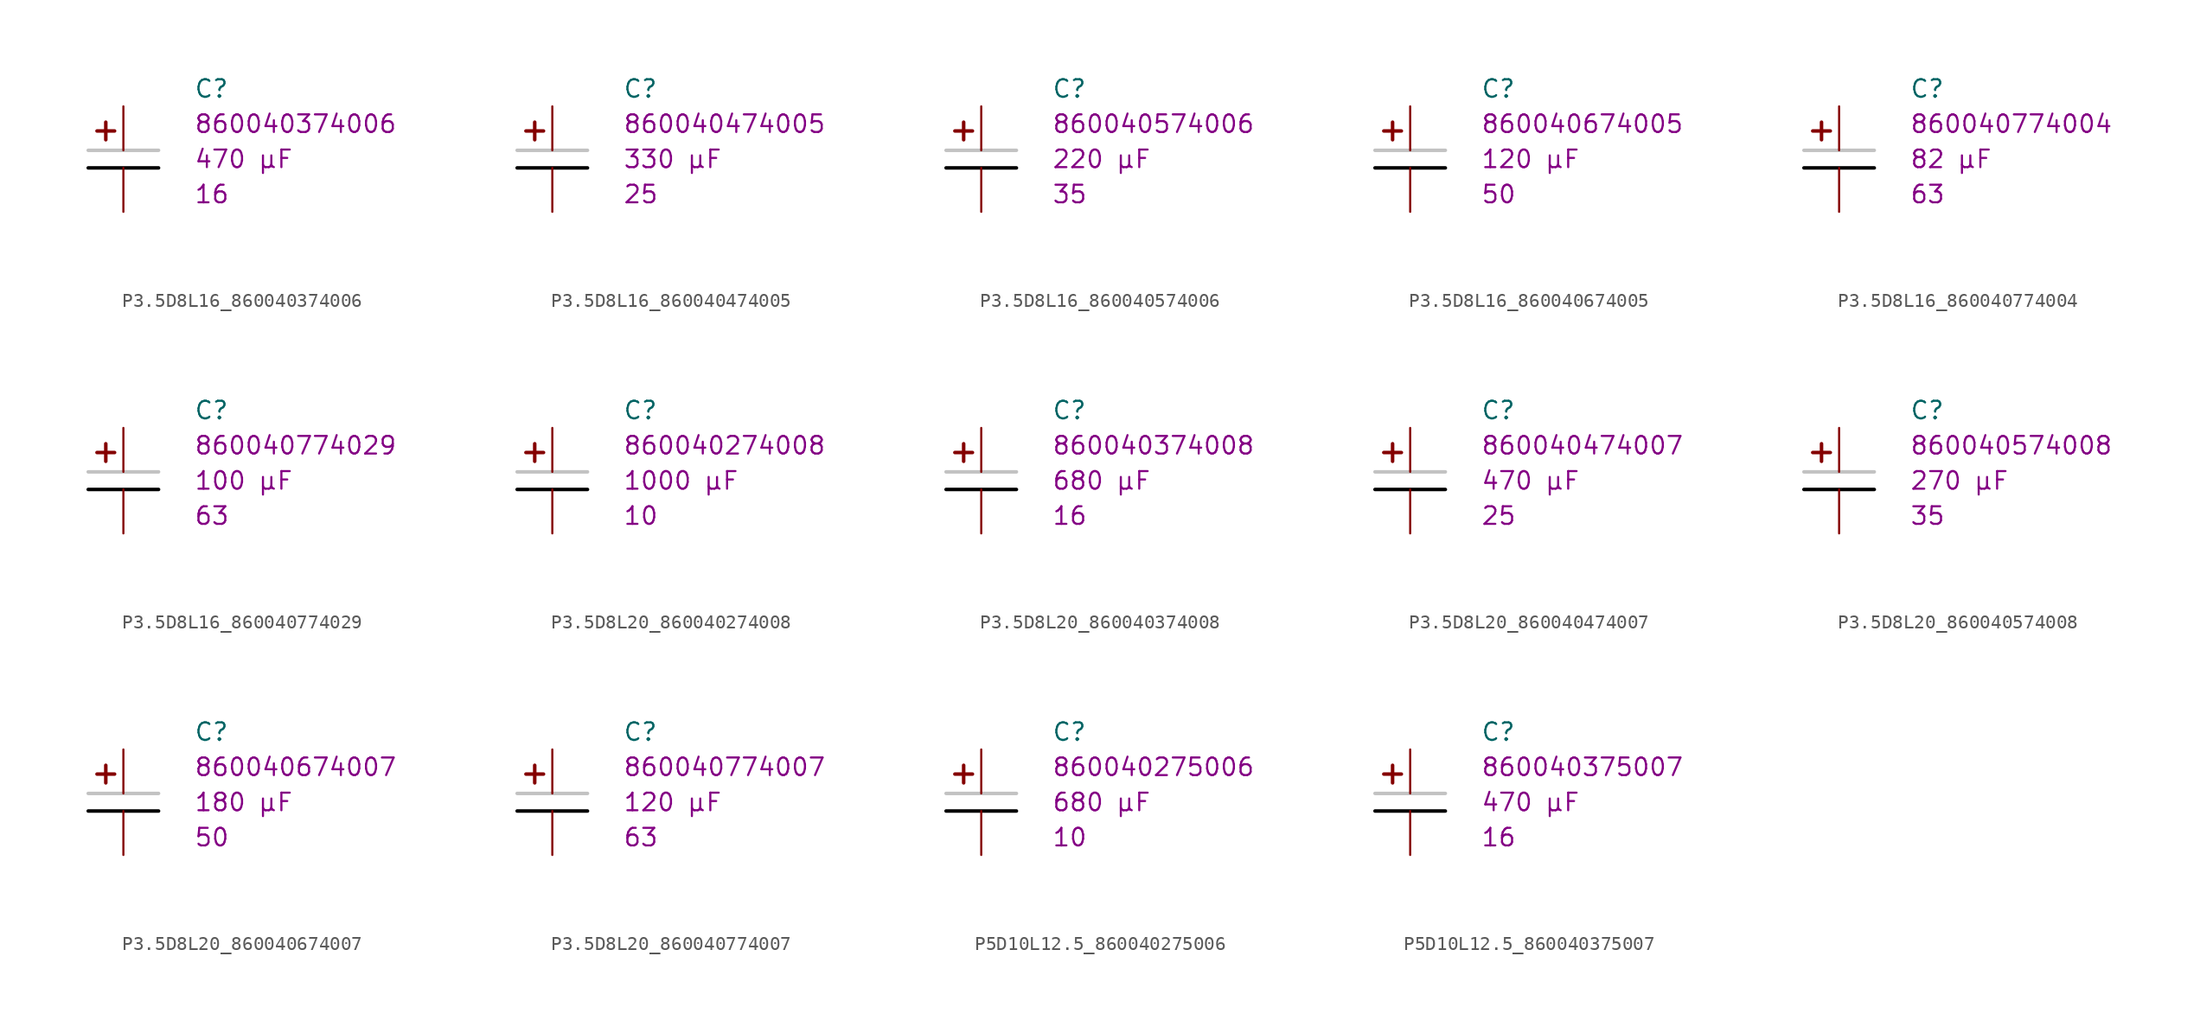
<source format=kicad_sym>
(kicad_symbol_lib
  (version 20220914)
  (generator kicad_symbol_editor)
  (symbol "P3.5D8L16_860040374006"
    (pin_numbers hide)
    (pin_names hide)
    (property "Reference" "C"
      (at 5.08 5.08 0)
      (effects (font (size 1.27 1.27)) (justify left)))
    (property "Part Number" "860040374006"
      (at 5.08 2.54 0)
      (effects (font (size 1.27 1.27)) (justify left)))
    (property "Capacitance" "470 µF"
      (at 5.08 0 0)
      (effects (font (size 1.27 1.27)) (justify left)))
    (property "Voltage" "16"
      (at 5.08 -2.54 0)
      (effects (font (size 1.27 1.27)) (justify left)))
    (property "Critical Parameter" ""
      (at 0 -7.62 0)
      (effects (font (size 1.27 1.27)) (justify left)))
    (symbol "P3.5D8L16_860040374006_1_1"
      (polyline (pts (xy -1.27 2.667) (xy -1.27 1.397)) (stroke (width 0.254) (type default)) (fill (type none)))
      (polyline (pts (xy -0.635 2.032) (xy -1.905 2.032)) (stroke (width 0.254) (type default)) (fill (type none)))
      (polyline (pts (xy 2.54 -0.635) (xy -2.54 -0.635)) (stroke (width 0.254) (type default) (color 0 0 0 1)) (fill (type none)))
      (polyline (pts (xy 2.54 0.635) (xy -2.54 0.635)) (stroke (width 0.254) (type default) (color 194 194 194 1)) (fill (type none)))
      (pin passive line (at 0 3.81 270) (length 3.175) (name "1" (effects (font (size 1.27 1.27)))) (number "1" (effects (font (size 1.27 1.27)))))
      (pin passive line (at 0 -3.81 90) (length 3.175) (name "2" (effects (font (size 1.27 1.27)))) (number "2" (effects (font (size 1.27 1.27)))))))
  (symbol "P3.5D8L16_860040474005"
    (pin_numbers hide)
    (pin_names hide)
    (property "Reference" "C"
      (at 5.08 5.08 0)
      (effects (font (size 1.27 1.27)) (justify left)))
    (property "Part Number" "860040474005"
      (at 5.08 2.54 0)
      (effects (font (size 1.27 1.27)) (justify left)))
    (property "Capacitance" "330 µF"
      (at 5.08 0 0)
      (effects (font (size 1.27 1.27)) (justify left)))
    (property "Voltage" "25"
      (at 5.08 -2.54 0)
      (effects (font (size 1.27 1.27)) (justify left)))
    (property "Critical Parameter" ""
      (at 0 -7.62 0)
      (effects (font (size 1.27 1.27)) (justify left)))
    (symbol "P3.5D8L16_860040474005_1_1"
      (polyline (pts (xy -1.27 2.667) (xy -1.27 1.397)) (stroke (width 0.254) (type default)) (fill (type none)))
      (polyline (pts (xy -0.635 2.032) (xy -1.905 2.032)) (stroke (width 0.254) (type default)) (fill (type none)))
      (polyline (pts (xy 2.54 -0.635) (xy -2.54 -0.635)) (stroke (width 0.254) (type default) (color 0 0 0 1)) (fill (type none)))
      (polyline (pts (xy 2.54 0.635) (xy -2.54 0.635)) (stroke (width 0.254) (type default) (color 194 194 194 1)) (fill (type none)))
      (pin passive line (at 0 3.81 270) (length 3.175) (name "1" (effects (font (size 1.27 1.27)))) (number "1" (effects (font (size 1.27 1.27)))))
      (pin passive line (at 0 -3.81 90) (length 3.175) (name "2" (effects (font (size 1.27 1.27)))) (number "2" (effects (font (size 1.27 1.27)))))))
  (symbol "P3.5D8L16_860040574006"
    (pin_numbers hide)
    (pin_names hide)
    (property "Reference" "C"
      (at 5.08 5.08 0)
      (effects (font (size 1.27 1.27)) (justify left)))
    (property "Part Number" "860040574006"
      (at 5.08 2.54 0)
      (effects (font (size 1.27 1.27)) (justify left)))
    (property "Capacitance" "220 µF"
      (at 5.08 0 0)
      (effects (font (size 1.27 1.27)) (justify left)))
    (property "Voltage" "35"
      (at 5.08 -2.54 0)
      (effects (font (size 1.27 1.27)) (justify left)))
    (property "Critical Parameter" ""
      (at 0 -7.62 0)
      (effects (font (size 1.27 1.27)) (justify left)))
    (symbol "P3.5D8L16_860040574006_1_1"
      (polyline (pts (xy -1.27 2.667) (xy -1.27 1.397)) (stroke (width 0.254) (type default)) (fill (type none)))
      (polyline (pts (xy -0.635 2.032) (xy -1.905 2.032)) (stroke (width 0.254) (type default)) (fill (type none)))
      (polyline (pts (xy 2.54 -0.635) (xy -2.54 -0.635)) (stroke (width 0.254) (type default) (color 0 0 0 1)) (fill (type none)))
      (polyline (pts (xy 2.54 0.635) (xy -2.54 0.635)) (stroke (width 0.254) (type default) (color 194 194 194 1)) (fill (type none)))
      (pin passive line (at 0 3.81 270) (length 3.175) (name "1" (effects (font (size 1.27 1.27)))) (number "1" (effects (font (size 1.27 1.27)))))
      (pin passive line (at 0 -3.81 90) (length 3.175) (name "2" (effects (font (size 1.27 1.27)))) (number "2" (effects (font (size 1.27 1.27)))))))
  (symbol "P3.5D8L16_860040674005"
    (pin_numbers hide)
    (pin_names hide)
    (property "Reference" "C"
      (at 5.08 5.08 0)
      (effects (font (size 1.27 1.27)) (justify left)))
    (property "Part Number" "860040674005"
      (at 5.08 2.54 0)
      (effects (font (size 1.27 1.27)) (justify left)))
    (property "Capacitance" "120 µF"
      (at 5.08 0 0)
      (effects (font (size 1.27 1.27)) (justify left)))
    (property "Voltage" "50"
      (at 5.08 -2.54 0)
      (effects (font (size 1.27 1.27)) (justify left)))
    (property "Critical Parameter" ""
      (at 0 -7.62 0)
      (effects (font (size 1.27 1.27)) (justify left)))
    (symbol "P3.5D8L16_860040674005_1_1"
      (polyline (pts (xy -1.27 2.667) (xy -1.27 1.397)) (stroke (width 0.254) (type default)) (fill (type none)))
      (polyline (pts (xy -0.635 2.032) (xy -1.905 2.032)) (stroke (width 0.254) (type default)) (fill (type none)))
      (polyline (pts (xy 2.54 -0.635) (xy -2.54 -0.635)) (stroke (width 0.254) (type default) (color 0 0 0 1)) (fill (type none)))
      (polyline (pts (xy 2.54 0.635) (xy -2.54 0.635)) (stroke (width 0.254) (type default) (color 194 194 194 1)) (fill (type none)))
      (pin passive line (at 0 3.81 270) (length 3.175) (name "1" (effects (font (size 1.27 1.27)))) (number "1" (effects (font (size 1.27 1.27)))))
      (pin passive line (at 0 -3.81 90) (length 3.175) (name "2" (effects (font (size 1.27 1.27)))) (number "2" (effects (font (size 1.27 1.27)))))))
  (symbol "P3.5D8L16_860040774004"
    (pin_numbers hide)
    (pin_names hide)
    (property "Reference" "C"
      (at 5.08 5.08 0)
      (effects (font (size 1.27 1.27)) (justify left)))
    (property "Part Number" "860040774004"
      (at 5.08 2.54 0)
      (effects (font (size 1.27 1.27)) (justify left)))
    (property "Capacitance" "82 µF"
      (at 5.08 0 0)
      (effects (font (size 1.27 1.27)) (justify left)))
    (property "Voltage" "63"
      (at 5.08 -2.54 0)
      (effects (font (size 1.27 1.27)) (justify left)))
    (property "Critical Parameter" ""
      (at 0 -7.62 0)
      (effects (font (size 1.27 1.27)) (justify left)))
    (symbol "P3.5D8L16_860040774004_1_1"
      (polyline (pts (xy -1.27 2.667) (xy -1.27 1.397)) (stroke (width 0.254) (type default)) (fill (type none)))
      (polyline (pts (xy -0.635 2.032) (xy -1.905 2.032)) (stroke (width 0.254) (type default)) (fill (type none)))
      (polyline (pts (xy 2.54 -0.635) (xy -2.54 -0.635)) (stroke (width 0.254) (type default) (color 0 0 0 1)) (fill (type none)))
      (polyline (pts (xy 2.54 0.635) (xy -2.54 0.635)) (stroke (width 0.254) (type default) (color 194 194 194 1)) (fill (type none)))
      (pin passive line (at 0 3.81 270) (length 3.175) (name "1" (effects (font (size 1.27 1.27)))) (number "1" (effects (font (size 1.27 1.27)))))
      (pin passive line (at 0 -3.81 90) (length 3.175) (name "2" (effects (font (size 1.27 1.27)))) (number "2" (effects (font (size 1.27 1.27)))))))
  (symbol "P3.5D8L16_860040774029"
    (pin_numbers hide)
    (pin_names hide)
    (property "Reference" "C"
      (at 5.08 5.08 0)
      (effects (font (size 1.27 1.27)) (justify left)))
    (property "Part Number" "860040774029"
      (at 5.08 2.54 0)
      (effects (font (size 1.27 1.27)) (justify left)))
    (property "Capacitance" "100 µF"
      (at 5.08 0 0)
      (effects (font (size 1.27 1.27)) (justify left)))
    (property "Voltage" "63"
      (at 5.08 -2.54 0)
      (effects (font (size 1.27 1.27)) (justify left)))
    (property "Critical Parameter" ""
      (at 0 -7.62 0)
      (effects (font (size 1.27 1.27)) (justify left)))
    (symbol "P3.5D8L16_860040774029_1_1"
      (polyline (pts (xy -1.27 2.667) (xy -1.27 1.397)) (stroke (width 0.254) (type default)) (fill (type none)))
      (polyline (pts (xy -0.635 2.032) (xy -1.905 2.032)) (stroke (width 0.254) (type default)) (fill (type none)))
      (polyline (pts (xy 2.54 -0.635) (xy -2.54 -0.635)) (stroke (width 0.254) (type default) (color 0 0 0 1)) (fill (type none)))
      (polyline (pts (xy 2.54 0.635) (xy -2.54 0.635)) (stroke (width 0.254) (type default) (color 194 194 194 1)) (fill (type none)))
      (pin passive line (at 0 3.81 270) (length 3.175) (name "1" (effects (font (size 1.27 1.27)))) (number "1" (effects (font (size 1.27 1.27)))))
      (pin passive line (at 0 -3.81 90) (length 3.175) (name "2" (effects (font (size 1.27 1.27)))) (number "2" (effects (font (size 1.27 1.27)))))))
  (symbol "P3.5D8L20_860040274008"
    (pin_numbers hide)
    (pin_names hide)
    (property "Reference" "C"
      (at 5.08 5.08 0)
      (effects (font (size 1.27 1.27)) (justify left)))
    (property "Part Number" "860040274008"
      (at 5.08 2.54 0)
      (effects (font (size 1.27 1.27)) (justify left)))
    (property "Capacitance" "1000 µF"
      (at 5.08 0 0)
      (effects (font (size 1.27 1.27)) (justify left)))
    (property "Voltage" "10"
      (at 5.08 -2.54 0)
      (effects (font (size 1.27 1.27)) (justify left)))
    (property "Critical Parameter" ""
      (at 0 -7.62 0)
      (effects (font (size 1.27 1.27)) (justify left)))
    (symbol "P3.5D8L20_860040274008_1_1"
      (polyline (pts (xy -1.27 2.667) (xy -1.27 1.397)) (stroke (width 0.254) (type default)) (fill (type none)))
      (polyline (pts (xy -0.635 2.032) (xy -1.905 2.032)) (stroke (width 0.254) (type default)) (fill (type none)))
      (polyline (pts (xy 2.54 -0.635) (xy -2.54 -0.635)) (stroke (width 0.254) (type default) (color 0 0 0 1)) (fill (type none)))
      (polyline (pts (xy 2.54 0.635) (xy -2.54 0.635)) (stroke (width 0.254) (type default) (color 194 194 194 1)) (fill (type none)))
      (pin passive line (at 0 3.81 270) (length 3.175) (name "1" (effects (font (size 1.27 1.27)))) (number "1" (effects (font (size 1.27 1.27)))))
      (pin passive line (at 0 -3.81 90) (length 3.175) (name "2" (effects (font (size 1.27 1.27)))) (number "2" (effects (font (size 1.27 1.27)))))))
  (symbol "P3.5D8L20_860040374008"
    (pin_numbers hide)
    (pin_names hide)
    (property "Reference" "C"
      (at 5.08 5.08 0)
      (effects (font (size 1.27 1.27)) (justify left)))
    (property "Part Number" "860040374008"
      (at 5.08 2.54 0)
      (effects (font (size 1.27 1.27)) (justify left)))
    (property "Capacitance" "680 µF"
      (at 5.08 0 0)
      (effects (font (size 1.27 1.27)) (justify left)))
    (property "Voltage" "16"
      (at 5.08 -2.54 0)
      (effects (font (size 1.27 1.27)) (justify left)))
    (property "Critical Parameter" ""
      (at 0 -7.62 0)
      (effects (font (size 1.27 1.27)) (justify left)))
    (symbol "P3.5D8L20_860040374008_1_1"
      (polyline (pts (xy -1.27 2.667) (xy -1.27 1.397)) (stroke (width 0.254) (type default)) (fill (type none)))
      (polyline (pts (xy -0.635 2.032) (xy -1.905 2.032)) (stroke (width 0.254) (type default)) (fill (type none)))
      (polyline (pts (xy 2.54 -0.635) (xy -2.54 -0.635)) (stroke (width 0.254) (type default) (color 0 0 0 1)) (fill (type none)))
      (polyline (pts (xy 2.54 0.635) (xy -2.54 0.635)) (stroke (width 0.254) (type default) (color 194 194 194 1)) (fill (type none)))
      (pin passive line (at 0 3.81 270) (length 3.175) (name "1" (effects (font (size 1.27 1.27)))) (number "1" (effects (font (size 1.27 1.27)))))
      (pin passive line (at 0 -3.81 90) (length 3.175) (name "2" (effects (font (size 1.27 1.27)))) (number "2" (effects (font (size 1.27 1.27)))))))
  (symbol "P3.5D8L20_860040474007"
    (pin_numbers hide)
    (pin_names hide)
    (property "Reference" "C"
      (at 5.08 5.08 0)
      (effects (font (size 1.27 1.27)) (justify left)))
    (property "Part Number" "860040474007"
      (at 5.08 2.54 0)
      (effects (font (size 1.27 1.27)) (justify left)))
    (property "Capacitance" "470 µF"
      (at 5.08 0 0)
      (effects (font (size 1.27 1.27)) (justify left)))
    (property "Voltage" "25"
      (at 5.08 -2.54 0)
      (effects (font (size 1.27 1.27)) (justify left)))
    (property "Critical Parameter" ""
      (at 0 -7.62 0)
      (effects (font (size 1.27 1.27)) (justify left)))
    (symbol "P3.5D8L20_860040474007_1_1"
      (polyline (pts (xy -1.27 2.667) (xy -1.27 1.397)) (stroke (width 0.254) (type default)) (fill (type none)))
      (polyline (pts (xy -0.635 2.032) (xy -1.905 2.032)) (stroke (width 0.254) (type default)) (fill (type none)))
      (polyline (pts (xy 2.54 -0.635) (xy -2.54 -0.635)) (stroke (width 0.254) (type default) (color 0 0 0 1)) (fill (type none)))
      (polyline (pts (xy 2.54 0.635) (xy -2.54 0.635)) (stroke (width 0.254) (type default) (color 194 194 194 1)) (fill (type none)))
      (pin passive line (at 0 3.81 270) (length 3.175) (name "1" (effects (font (size 1.27 1.27)))) (number "1" (effects (font (size 1.27 1.27)))))
      (pin passive line (at 0 -3.81 90) (length 3.175) (name "2" (effects (font (size 1.27 1.27)))) (number "2" (effects (font (size 1.27 1.27)))))))
  (symbol "P3.5D8L20_860040574008"
    (pin_numbers hide)
    (pin_names hide)
    (property "Reference" "C"
      (at 5.08 5.08 0)
      (effects (font (size 1.27 1.27)) (justify left)))
    (property "Part Number" "860040574008"
      (at 5.08 2.54 0)
      (effects (font (size 1.27 1.27)) (justify left)))
    (property "Capacitance" "270 µF"
      (at 5.08 0 0)
      (effects (font (size 1.27 1.27)) (justify left)))
    (property "Voltage" "35"
      (at 5.08 -2.54 0)
      (effects (font (size 1.27 1.27)) (justify left)))
    (property "Critical Parameter" ""
      (at 0 -7.62 0)
      (effects (font (size 1.27 1.27)) (justify left)))
    (symbol "P3.5D8L20_860040574008_1_1"
      (polyline (pts (xy -1.27 2.667) (xy -1.27 1.397)) (stroke (width 0.254) (type default)) (fill (type none)))
      (polyline (pts (xy -0.635 2.032) (xy -1.905 2.032)) (stroke (width 0.254) (type default)) (fill (type none)))
      (polyline (pts (xy 2.54 -0.635) (xy -2.54 -0.635)) (stroke (width 0.254) (type default) (color 0 0 0 1)) (fill (type none)))
      (polyline (pts (xy 2.54 0.635) (xy -2.54 0.635)) (stroke (width 0.254) (type default) (color 194 194 194 1)) (fill (type none)))
      (pin passive line (at 0 3.81 270) (length 3.175) (name "1" (effects (font (size 1.27 1.27)))) (number "1" (effects (font (size 1.27 1.27)))))
      (pin passive line (at 0 -3.81 90) (length 3.175) (name "2" (effects (font (size 1.27 1.27)))) (number "2" (effects (font (size 1.27 1.27)))))))
  (symbol "P3.5D8L20_860040674007"
    (pin_numbers hide)
    (pin_names hide)
    (property "Reference" "C"
      (at 5.08 5.08 0)
      (effects (font (size 1.27 1.27)) (justify left)))
    (property "Part Number" "860040674007"
      (at 5.08 2.54 0)
      (effects (font (size 1.27 1.27)) (justify left)))
    (property "Capacitance" "180 µF"
      (at 5.08 0 0)
      (effects (font (size 1.27 1.27)) (justify left)))
    (property "Voltage" "50"
      (at 5.08 -2.54 0)
      (effects (font (size 1.27 1.27)) (justify left)))
    (property "Critical Parameter" ""
      (at 0 -7.62 0)
      (effects (font (size 1.27 1.27)) (justify left)))
    (symbol "P3.5D8L20_860040674007_1_1"
      (polyline (pts (xy -1.27 2.667) (xy -1.27 1.397)) (stroke (width 0.254) (type default)) (fill (type none)))
      (polyline (pts (xy -0.635 2.032) (xy -1.905 2.032)) (stroke (width 0.254) (type default)) (fill (type none)))
      (polyline (pts (xy 2.54 -0.635) (xy -2.54 -0.635)) (stroke (width 0.254) (type default) (color 0 0 0 1)) (fill (type none)))
      (polyline (pts (xy 2.54 0.635) (xy -2.54 0.635)) (stroke (width 0.254) (type default) (color 194 194 194 1)) (fill (type none)))
      (pin passive line (at 0 3.81 270) (length 3.175) (name "1" (effects (font (size 1.27 1.27)))) (number "1" (effects (font (size 1.27 1.27)))))
      (pin passive line (at 0 -3.81 90) (length 3.175) (name "2" (effects (font (size 1.27 1.27)))) (number "2" (effects (font (size 1.27 1.27)))))))
  (symbol "P3.5D8L20_860040774007"
    (pin_numbers hide)
    (pin_names hide)
    (property "Reference" "C"
      (at 5.08 5.08 0)
      (effects (font (size 1.27 1.27)) (justify left)))
    (property "Part Number" "860040774007"
      (at 5.08 2.54 0)
      (effects (font (size 1.27 1.27)) (justify left)))
    (property "Capacitance" "120 µF"
      (at 5.08 0 0)
      (effects (font (size 1.27 1.27)) (justify left)))
    (property "Voltage" "63"
      (at 5.08 -2.54 0)
      (effects (font (size 1.27 1.27)) (justify left)))
    (property "Critical Parameter" ""
      (at 0 -7.62 0)
      (effects (font (size 1.27 1.27)) (justify left)))
    (symbol "P3.5D8L20_860040774007_1_1"
      (polyline (pts (xy -1.27 2.667) (xy -1.27 1.397)) (stroke (width 0.254) (type default)) (fill (type none)))
      (polyline (pts (xy -0.635 2.032) (xy -1.905 2.032)) (stroke (width 0.254) (type default)) (fill (type none)))
      (polyline (pts (xy 2.54 -0.635) (xy -2.54 -0.635)) (stroke (width 0.254) (type default) (color 0 0 0 1)) (fill (type none)))
      (polyline (pts (xy 2.54 0.635) (xy -2.54 0.635)) (stroke (width 0.254) (type default) (color 194 194 194 1)) (fill (type none)))
      (pin passive line (at 0 3.81 270) (length 3.175) (name "1" (effects (font (size 1.27 1.27)))) (number "1" (effects (font (size 1.27 1.27)))))
      (pin passive line (at 0 -3.81 90) (length 3.175) (name "2" (effects (font (size 1.27 1.27)))) (number "2" (effects (font (size 1.27 1.27)))))))
  (symbol "P5D10L12.5_860040275006"
    (pin_numbers hide)
    (pin_names hide)
    (property "Reference" "C"
      (at 5.08 5.08 0)
      (effects (font (size 1.27 1.27)) (justify left)))
    (property "Part Number" "860040275006"
      (at 5.08 2.54 0)
      (effects (font (size 1.27 1.27)) (justify left)))
    (property "Capacitance" "680 µF"
      (at 5.08 0 0)
      (effects (font (size 1.27 1.27)) (justify left)))
    (property "Voltage" "10"
      (at 5.08 -2.54 0)
      (effects (font (size 1.27 1.27)) (justify left)))
    (property "Critical Parameter" ""
      (at 0 -7.62 0)
      (effects (font (size 1.27 1.27)) (justify left)))
    (symbol "P5D10L12.5_860040275006_1_1"
      (polyline (pts (xy -1.27 2.667) (xy -1.27 1.397)) (stroke (width 0.254) (type default)) (fill (type none)))
      (polyline (pts (xy -0.635 2.032) (xy -1.905 2.032)) (stroke (width 0.254) (type default)) (fill (type none)))
      (polyline (pts (xy 2.54 -0.635) (xy -2.54 -0.635)) (stroke (width 0.254) (type default) (color 0 0 0 1)) (fill (type none)))
      (polyline (pts (xy 2.54 0.635) (xy -2.54 0.635)) (stroke (width 0.254) (type default) (color 194 194 194 1)) (fill (type none)))
      (pin passive line (at 0 3.81 270) (length 3.175) (name "1" (effects (font (size 1.27 1.27)))) (number "1" (effects (font (size 1.27 1.27)))))
      (pin passive line (at 0 -3.81 90) (length 3.175) (name "2" (effects (font (size 1.27 1.27)))) (number "2" (effects (font (size 1.27 1.27)))))))
  (symbol "P5D10L12.5_860040375007"
    (pin_numbers hide)
    (pin_names hide)
    (property "Reference" "C"
      (at 5.08 5.08 0)
      (effects (font (size 1.27 1.27)) (justify left)))
    (property "Part Number" "860040375007"
      (at 5.08 2.54 0)
      (effects (font (size 1.27 1.27)) (justify left)))
    (property "Capacitance" "470 µF"
      (at 5.08 0 0)
      (effects (font (size 1.27 1.27)) (justify left)))
    (property "Voltage" "16"
      (at 5.08 -2.54 0)
      (effects (font (size 1.27 1.27)) (justify left)))
    (property "Critical Parameter" ""
      (at 0 -7.62 0)
      (effects (font (size 1.27 1.27)) (justify left)))
    (symbol "P5D10L12.5_860040375007_1_1"
      (polyline (pts (xy -1.27 2.667) (xy -1.27 1.397)) (stroke (width 0.254) (type default)) (fill (type none)))
      (polyline (pts (xy -0.635 2.032) (xy -1.905 2.032)) (stroke (width 0.254) (type default)) (fill (type none)))
      (polyline (pts (xy 2.54 -0.635) (xy -2.54 -0.635)) (stroke (width 0.254) (type default) (color 0 0 0 1)) (fill (type none)))
      (polyline (pts (xy 2.54 0.635) (xy -2.54 0.635)) (stroke (width 0.254) (type default) (color 194 194 194 1)) (fill (type none)))
      (pin passive line (at 0 3.81 270) (length 3.175) (name "1" (effects (font (size 1.27 1.27)))) (number "1" (effects (font (size 1.27 1.27)))))
      (pin passive line (at 0 -3.81 90) (length 3.175) (name "2" (effects (font (size 1.27 1.27)))) (number "2" (effects (font (size 1.27 1.27))))))))
</source>
